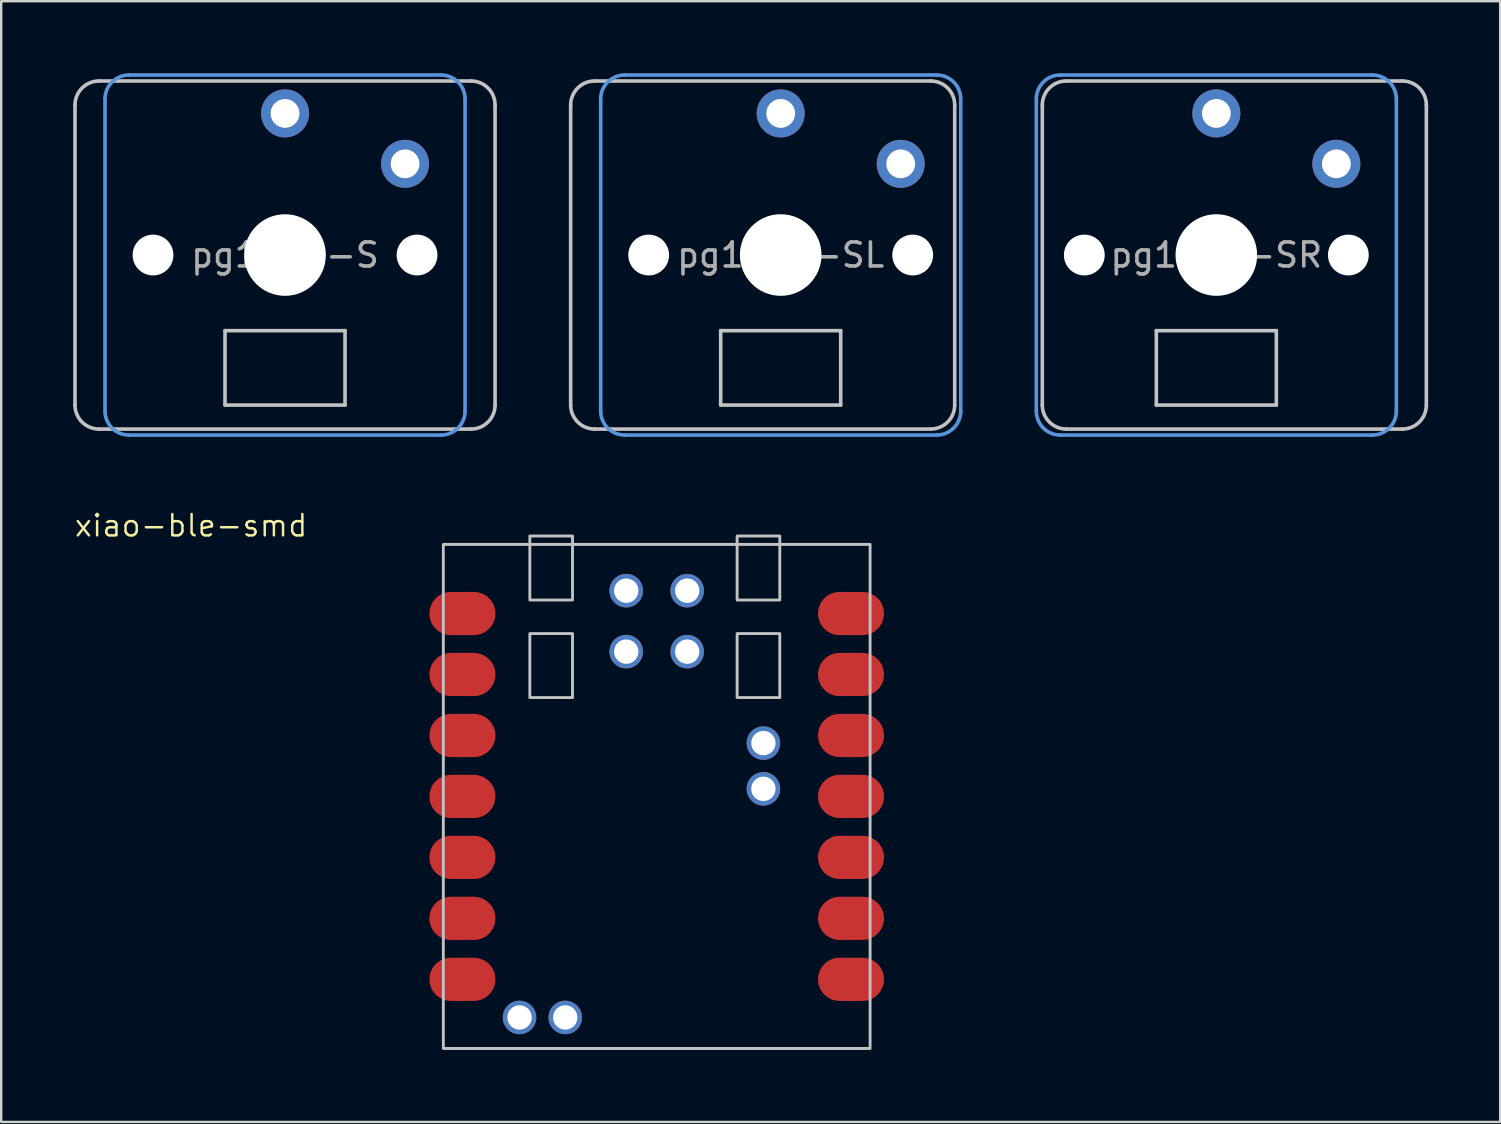
<source format=kicad_pcb>
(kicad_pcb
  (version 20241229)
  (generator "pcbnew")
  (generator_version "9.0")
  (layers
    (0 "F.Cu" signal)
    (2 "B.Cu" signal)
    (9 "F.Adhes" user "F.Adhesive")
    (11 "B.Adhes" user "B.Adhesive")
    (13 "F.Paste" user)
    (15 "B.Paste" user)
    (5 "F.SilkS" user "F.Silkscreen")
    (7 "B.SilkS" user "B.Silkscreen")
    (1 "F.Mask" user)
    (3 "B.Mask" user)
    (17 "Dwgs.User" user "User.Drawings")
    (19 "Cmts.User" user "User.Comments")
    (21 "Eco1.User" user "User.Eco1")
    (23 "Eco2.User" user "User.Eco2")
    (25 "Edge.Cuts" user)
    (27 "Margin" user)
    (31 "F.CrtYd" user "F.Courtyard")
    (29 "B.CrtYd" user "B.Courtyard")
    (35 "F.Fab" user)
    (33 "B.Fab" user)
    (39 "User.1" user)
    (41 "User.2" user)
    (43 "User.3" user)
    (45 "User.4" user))
  (footprint "xiao-ble-smd"
    (layer "F.Cu")
    (at 24.31 30.131)
    (property "Reference" "xiao-ble-smd" (at -19.399 -11.283 0) (layer "F.SilkS") (effects (font (size 0.889 0.889) (thickness 0.102))))
    (attr smd)
    (fp_rect (start -8.89 10.5) (end 8.89 -10.5) (stroke (width 0.12) (type solid)) (fill no) (layer "Dwgs.User"))
    (fp_rect (start -5.286 -6.786) (end -3.508 -4.119) (stroke (width 0.12) (type solid)) (fill no) (layer "Dwgs.User"))
    (fp_rect (start -3.508 -8.183) (end -5.286 -10.85) (stroke (width 0.12) (type solid)) (fill no) (layer "Dwgs.User"))
    (fp_rect (start 3.35 -10.85) (end 5.128 -8.183) (stroke (width 0.12) (type solid)) (fill no) (layer "Dwgs.User"))
    (fp_rect (start 3.35 -6.786) (end 5.128 -4.119) (stroke (width 0.12) (type solid)) (fill no) (layer "Dwgs.User"))
    (pad "1" smd oval (at -8.57 -7.62 180) (size 2.75 1.8) (drill (offset -0.475 0)) (layers "F.Cu" "F.Mask" "F.Paste"))
    (pad "2" smd oval (at -8.57 -5.08 180) (size 2.75 1.8) (drill (offset -0.475 0)) (layers "F.Cu" "F.Mask" "F.Paste"))
    (pad "3" smd oval (at -8.57 -2.54 180) (size 2.75 1.8) (drill (offset -0.475 0)) (layers "F.Cu" "F.Mask" "F.Paste"))
    (pad "4" smd oval (at -8.57 0 180) (size 2.75 1.8) (drill (offset -0.475 0)) (layers "F.Cu" "F.Mask" "F.Paste"))
    (pad "5" smd oval (at -8.57 2.54 180) (size 2.75 1.8) (drill (offset -0.475 0)) (layers "F.Cu" "F.Mask" "F.Paste"))
    (pad "6" smd oval (at -8.57 5.08 180) (size 2.75 1.8) (drill (offset -0.475 0)) (layers "F.Cu" "F.Mask" "F.Paste"))
    (pad "7" smd oval (at -8.57 7.62 180) (size 2.75 1.8) (drill (offset -0.475 0)) (layers "F.Cu" "F.Mask" "F.Paste"))
    (pad "8" smd oval (at 8.57 7.62) (size 2.75 1.8) (drill (offset -0.475 0)) (layers "F.Cu" "F.Mask" "F.Paste"))
    (pad "9" smd oval (at 8.57 5.08) (size 2.75 1.8) (drill (offset -0.475 0)) (layers "F.Cu" "F.Mask" "F.Paste"))
    (pad "10" smd oval (at 8.57 2.54) (size 2.75 1.8) (drill (offset -0.475 0)) (layers "F.Cu" "F.Mask" "F.Paste"))
    (pad "11" smd oval (at 8.57 0) (size 2.75 1.8) (drill (offset -0.475 0)) (layers "F.Cu" "F.Mask" "F.Paste"))
    (pad "12" smd oval (at 8.57 -2.54) (size 2.75 1.8) (drill (offset -0.475 0)) (layers "F.Cu" "F.Mask" "F.Paste"))
    (pad "13" smd oval (at 8.57 -5.08) (size 2.75 1.8) (drill (offset -0.475 0)) (layers "F.Cu" "F.Mask" "F.Paste"))
    (pad "14" smd oval (at 8.57 -7.62) (size 2.75 1.8) (drill (offset -0.475 0)) (layers "F.Cu" "F.Mask" "F.Paste"))
    (pad "15" thru_hole circle (at -1.27 -8.572 90) (size 1.397 1.397) (drill 1.016) (layers "*.Cu" "*.Mask"))
    (pad "16" thru_hole circle (at 1.27 -8.572 90) (size 1.397 1.397) (drill 1.016) (layers "*.Cu" "*.Mask"))
    (pad "17" thru_hole circle (at -1.27 -6.032 90) (size 1.397 1.397) (drill 1.016) (layers "*.Cu" "*.Mask"))
    (pad "18" thru_hole circle (at 1.27 -6.032 90) (size 1.397 1.397) (drill 1.016) (layers "*.Cu" "*.Mask"))
    (pad "19" thru_hole circle (at 4.445 -0.317 180) (size 1.397 1.397) (drill 1.016) (layers "*.Cu" "*.Mask"))
    (pad "20" thru_hole circle (at 4.445 -2.222 180) (size 1.397 1.397) (drill 1.016) (layers "*.Cu" "*.Mask"))
    (pad "21" thru_hole circle (at -3.81 9.208 180) (size 1.397 1.397) (drill 1.016) (layers "*.Cu" "*.Mask"))
    (pad "22" thru_hole circle (at -5.715 9.208 180) (size 1.397 1.397) (drill 1.016) (layers "*.Cu" "*.Mask")))
  (footprint "pg1350-SR"
    (layer "F.Cu")
    (at 47.625 7.575)
    (property "Reference" "pg1350-SR" (at 0 0 0) (layer "F.Fab") (effects (font (size 1 1) (thickness 0.15))))
    (attr through_hole)
    (fp_line (start -7.25 6.25) (end -7.25 -6.25) (stroke (width 0.15) (type solid)) (layer "Dwgs.User"))
    (fp_line (start -6.25 -7.25) (end 7.75 -7.25) (stroke (width 0.15) (type solid)) (layer "Dwgs.User"))
    (fp_line (start -2.5 3.15) (end -2.5 6.25) (stroke (width 0.15) (type solid)) (layer "Dwgs.User"))
    (fp_line (start -2.5 6.25) (end 2.5 6.25) (stroke (width 0.15) (type solid)) (layer "Dwgs.User"))
    (fp_line (start 2.5 3.15) (end -2.5 3.15) (stroke (width 0.15) (type solid)) (layer "Dwgs.User"))
    (fp_line (start 2.5 6.25) (end 2.5 3.15) (stroke (width 0.15) (type solid)) (layer "Dwgs.User"))
    (fp_line (start 7.75 7.25) (end -6.25 7.25) (stroke (width 0.15) (type solid)) (layer "Dwgs.User"))
    (fp_line (start 8.75 -6.25) (end 8.75 6.25) (stroke (width 0.15) (type solid)) (layer "Dwgs.User"))
    (fp_arc (start -7.25 -6.25) (mid -6.957107 -6.957107) (end -6.25 -7.25) (stroke (width 0.15) (type solid)) (layer "Dwgs.User"))
    (fp_arc (start -6.25 7.25) (mid -6.957107 6.957107) (end -7.25 6.25) (stroke (width 0.15) (type solid)) (layer "Dwgs.User"))
    (fp_arc (start 7.75 -7.25) (mid 8.457107 -6.957107) (end 8.75 -6.25) (stroke (width 0.15) (type solid)) (layer "Dwgs.User"))
    (fp_arc (start 8.75 6.25) (mid 8.457107 6.957107) (end 7.75 7.25) (stroke (width 0.15) (type solid)) (layer "Dwgs.User"))
    (fp_line (start -7.5 6.5) (end -7.5 -6.5) (stroke (width 0.15) (type solid)) (layer "Cmts.User"))
    (fp_line (start -6.5 -7.5) (end 6.5 -7.5) (stroke (width 0.15) (type solid)) (layer "Cmts.User"))
    (fp_line (start 6.5 7.5) (end -6.5 7.5) (stroke (width 0.15) (type solid)) (layer "Cmts.User"))
    (fp_line (start 7.5 -6.5) (end 7.5 6.5) (stroke (width 0.15) (type solid)) (layer "Cmts.User"))
    (fp_arc (start -7.5 -6.5) (mid -7.207107 -7.207107) (end -6.5 -7.5) (stroke (width 0.15) (type solid)) (layer "Cmts.User"))
    (fp_arc (start -6.5 7.5) (mid -7.207107 7.207107) (end -7.5 6.5) (stroke (width 0.15) (type solid)) (layer "Cmts.User"))
    (fp_arc (start 6.5 -7.5) (mid 7.207107 -7.207107) (end 7.5 -6.5) (stroke (width 0.15) (type solid)) (layer "Cmts.User"))
    (fp_arc (start 7.5 6.5) (mid 7.207107 7.207107) (end 6.5 7.5) (stroke (width 0.15) (type solid)) (layer "Cmts.User"))
    (pad "" np_thru_hole circle (at -5.5 0) (size 1.7 1.7) (drill 1.7) (layers "*.Cu" "*.Mask"))
    (pad "" np_thru_hole circle (at 0 0) (size 3.4 3.4) (drill 3.4) (layers "*.Cu" "*.Mask"))
    (pad "" np_thru_hole circle (at 5.5 0) (size 1.7 1.7) (drill 1.7) (layers "*.Cu" "*.Mask"))
    (pad "1" thru_hole circle (at 0 -5.9) (size 2 2) (drill 1.2) (layers "*.Cu" "B.Mask"))
    (pad "2" thru_hole circle (at 5 -3.8) (size 2 2) (drill 1.2) (layers "*.Cu" "B.Mask")))
  (footprint "pg1350-S"
    (layer "F.Cu")
    (at 8.825 7.575)
    (property "Reference" "pg1350-S" (at 0 0 0) (layer "F.Fab") (effects (font (size 1 1) (thickness 0.15))))
    (attr through_hole)
    (fp_line (start -8.75 6.25) (end -8.75 -6.25) (stroke (width 0.15) (type solid)) (layer "Dwgs.User"))
    (fp_line (start -7.75 -7.25) (end 7.75 -7.25) (stroke (width 0.15) (type solid)) (layer "Dwgs.User"))
    (fp_line (start -2.5 3.15) (end -2.5 6.25) (stroke (width 0.15) (type solid)) (layer "Dwgs.User"))
    (fp_line (start -2.5 6.25) (end 2.5 6.25) (stroke (width 0.15) (type solid)) (layer "Dwgs.User"))
    (fp_line (start 2.5 3.15) (end -2.5 3.15) (stroke (width 0.15) (type solid)) (layer "Dwgs.User"))
    (fp_line (start 2.5 6.25) (end 2.5 3.15) (stroke (width 0.15) (type solid)) (layer "Dwgs.User"))
    (fp_line (start 7.75 7.25) (end -7.75 7.25) (stroke (width 0.15) (type solid)) (layer "Dwgs.User"))
    (fp_line (start 8.75 -6.25) (end 8.75 6.25) (stroke (width 0.15) (type solid)) (layer "Dwgs.User"))
    (fp_arc (start -8.75 -6.25) (mid -8.457107 -6.957107) (end -7.75 -7.25) (stroke (width 0.15) (type solid)) (layer "Dwgs.User"))
    (fp_arc (start -7.75 7.25) (mid -8.457107 6.957107) (end -8.75 6.25) (stroke (width 0.15) (type solid)) (layer "Dwgs.User"))
    (fp_arc (start 7.75 -7.25) (mid 8.457107 -6.957107) (end 8.75 -6.25) (stroke (width 0.15) (type solid)) (layer "Dwgs.User"))
    (fp_arc (start 8.75 6.25) (mid 8.457107 6.957107) (end 7.75 7.25) (stroke (width 0.15) (type solid)) (layer "Dwgs.User"))
    (fp_line (start -7.5 6.5) (end -7.5 -6.5) (stroke (width 0.15) (type solid)) (layer "Cmts.User"))
    (fp_line (start -6.5 -7.5) (end 6.5 -7.5) (stroke (width 0.15) (type solid)) (layer "Cmts.User"))
    (fp_line (start 6.5 7.5) (end -6.5 7.5) (stroke (width 0.15) (type solid)) (layer "Cmts.User"))
    (fp_line (start 7.5 -6.5) (end 7.5 6.5) (stroke (width 0.15) (type solid)) (layer "Cmts.User"))
    (fp_arc (start -7.5 -6.5) (mid -7.207107 -7.207107) (end -6.5 -7.5) (stroke (width 0.15) (type solid)) (layer "Cmts.User"))
    (fp_arc (start -6.5 7.5) (mid -7.207107 7.207107) (end -7.5 6.5) (stroke (width 0.15) (type solid)) (layer "Cmts.User"))
    (fp_arc (start 6.5 -7.5) (mid 7.207107 -7.207107) (end 7.5 -6.5) (stroke (width 0.15) (type solid)) (layer "Cmts.User"))
    (fp_arc (start 7.5 6.5) (mid 7.207107 7.207107) (end 6.5 7.5) (stroke (width 0.15) (type solid)) (layer "Cmts.User"))
    (pad "" np_thru_hole circle (at -5.5 0) (size 1.7 1.7) (drill 1.7) (layers "*.Cu" "*.Mask"))
    (pad "" np_thru_hole circle (at 0 0) (size 3.4 3.4) (drill 3.4) (layers "*.Cu" "*.Mask"))
    (pad "" np_thru_hole circle (at 5.5 0) (size 1.7 1.7) (drill 1.7) (layers "*.Cu" "*.Mask"))
    (pad "1" thru_hole circle (at 0 -5.9) (size 2 2) (drill 1.2) (layers "*.Cu" "B.Mask"))
    (pad "2" thru_hole circle (at 5 -3.8) (size 2 2) (drill 1.2) (layers "*.Cu" "B.Mask")))
  (footprint "pg1350-SL"
    (layer "F.Cu")
    (at 29.475 7.575)
    (property "Reference" "pg1350-SL" (at 0 0 0) (layer "F.Fab") (effects (font (size 1 1) (thickness 0.15))))
    (attr through_hole)
    (fp_line (start -8.75 6.25) (end -8.75 -6.25) (stroke (width 0.15) (type solid)) (layer "Dwgs.User"))
    (fp_line (start -7.75 -7.25) (end 6.25 -7.25) (stroke (width 0.15) (type solid)) (layer "Dwgs.User"))
    (fp_line (start -2.5 3.15) (end -2.5 6.25) (stroke (width 0.15) (type solid)) (layer "Dwgs.User"))
    (fp_line (start -2.5 6.25) (end 2.5 6.25) (stroke (width 0.15) (type solid)) (layer "Dwgs.User"))
    (fp_line (start 2.5 3.15) (end -2.5 3.15) (stroke (width 0.15) (type solid)) (layer "Dwgs.User"))
    (fp_line (start 2.5 6.25) (end 2.5 3.15) (stroke (width 0.15) (type solid)) (layer "Dwgs.User"))
    (fp_line (start 6.25 7.25) (end -7.75 7.25) (stroke (width 0.15) (type solid)) (layer "Dwgs.User"))
    (fp_line (start 7.25 -6.25) (end 7.25 6.25) (stroke (width 0.15) (type solid)) (layer "Dwgs.User"))
    (fp_arc (start -8.75 -6.25) (mid -8.457107 -6.957107) (end -7.75 -7.25) (stroke (width 0.15) (type solid)) (layer "Dwgs.User"))
    (fp_arc (start -7.75 7.25) (mid -8.457107 6.957107) (end -8.75 6.25) (stroke (width 0.15) (type solid)) (layer "Dwgs.User"))
    (fp_arc (start 6.25 -7.25) (mid 6.957107 -6.957107) (end 7.25 -6.25) (stroke (width 0.15) (type solid)) (layer "Dwgs.User"))
    (fp_arc (start 7.25 6.25) (mid 6.957107 6.957107) (end 6.25 7.25) (stroke (width 0.15) (type solid)) (layer "Dwgs.User"))
    (fp_line (start -7.5 6.5) (end -7.5 -6.5) (stroke (width 0.15) (type solid)) (layer "Cmts.User"))
    (fp_line (start -6.5 -7.5) (end 6.5 -7.5) (stroke (width 0.15) (type solid)) (layer "Cmts.User"))
    (fp_line (start 6.5 7.5) (end -6.5 7.5) (stroke (width 0.15) (type solid)) (layer "Cmts.User"))
    (fp_line (start 7.5 -6.5) (end 7.5 6.5) (stroke (width 0.15) (type solid)) (layer "Cmts.User"))
    (fp_arc (start -7.5 -6.5) (mid -7.207107 -7.207107) (end -6.5 -7.5) (stroke (width 0.15) (type solid)) (layer "Cmts.User"))
    (fp_arc (start -6.5 7.5) (mid -7.207107 7.207107) (end -7.5 6.5) (stroke (width 0.15) (type solid)) (layer "Cmts.User"))
    (fp_arc (start 6.5 -7.5) (mid 7.207107 -7.207107) (end 7.5 -6.5) (stroke (width 0.15) (type solid)) (layer "Cmts.User"))
    (fp_arc (start 7.5 6.5) (mid 7.207107 7.207107) (end 6.5 7.5) (stroke (width 0.15) (type solid)) (layer "Cmts.User"))
    (pad "" np_thru_hole circle (at -5.5 0) (size 1.7 1.7) (drill 1.7) (layers "*.Cu" "*.Mask"))
    (pad "" np_thru_hole circle (at 0 0) (size 3.4 3.4) (drill 3.4) (layers "*.Cu" "*.Mask"))
    (pad "" np_thru_hole circle (at 5.5 0) (size 1.7 1.7) (drill 1.7) (layers "*.Cu" "*.Mask"))
    (pad "1" thru_hole circle (at 0 -5.9) (size 2 2) (drill 1.2) (layers "*.Cu" "B.Mask"))
    (pad "2" thru_hole circle (at 5 -3.8) (size 2 2) (drill 1.2) (layers "*.Cu" "B.Mask")))
  (gr_rect
    (start -3 -3)
    (end 59.45 43.691)
    (stroke (width 0.1) (type default))
    (fill no)
    (layer "Edge.Cuts")))
</source>
